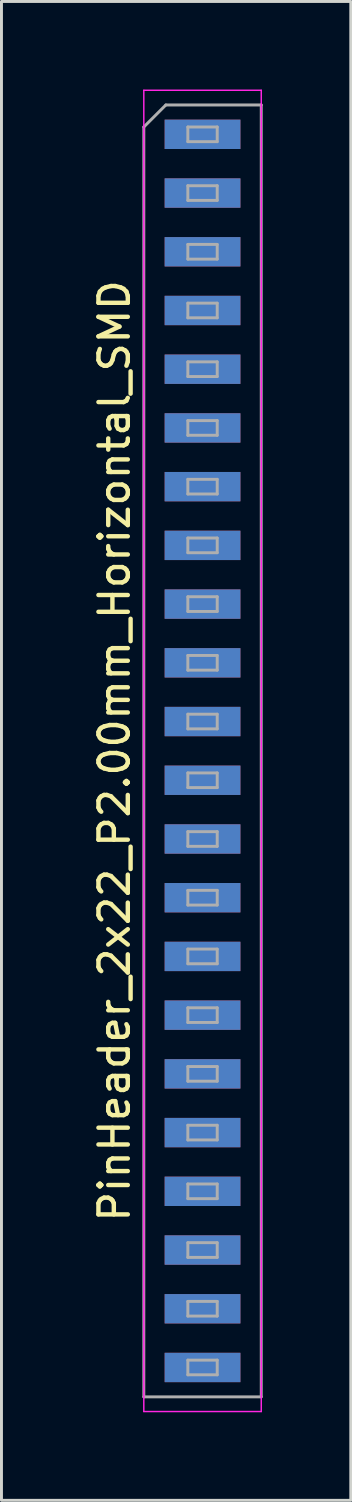
<source format=kicad_pcb>
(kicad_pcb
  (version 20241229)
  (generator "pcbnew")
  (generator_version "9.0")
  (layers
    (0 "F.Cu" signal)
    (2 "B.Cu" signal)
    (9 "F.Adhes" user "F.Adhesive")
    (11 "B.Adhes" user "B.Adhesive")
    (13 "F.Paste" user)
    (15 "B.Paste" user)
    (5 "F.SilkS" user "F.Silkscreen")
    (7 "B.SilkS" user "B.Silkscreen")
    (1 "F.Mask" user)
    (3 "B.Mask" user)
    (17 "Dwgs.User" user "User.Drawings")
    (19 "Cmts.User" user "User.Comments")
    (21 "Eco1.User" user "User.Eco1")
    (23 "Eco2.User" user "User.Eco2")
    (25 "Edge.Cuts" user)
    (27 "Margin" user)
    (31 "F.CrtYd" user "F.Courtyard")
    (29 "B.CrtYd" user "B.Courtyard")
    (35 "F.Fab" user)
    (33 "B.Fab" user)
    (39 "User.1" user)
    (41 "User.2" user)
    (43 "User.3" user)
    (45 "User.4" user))
  (footprint "PinHeader_2x22_P2.00mm_Horizontal_SMD"
    (layer "F.Cu")
    (at 3.848 22.525)
    (property "Reference" "PinHeader_2x22_P2.00mm_Horizontal_SMD" (at -3 0 90) (layer "F.SilkS") (effects (font (size 1 1) (thickness 0.15))))
    (attr smd)
    (fp_line (start -2 -22.5) (end -2 22.5) (stroke (width 0.05) (type solid)) (layer "F.CrtYd"))
    (fp_line (start -2 22.5) (end 2 22.5) (stroke (width 0.05) (type solid)) (layer "F.CrtYd"))
    (fp_line (start 2 -22.5) (end -2 -22.5) (stroke (width 0.05) (type solid)) (layer "F.CrtYd"))
    (fp_line (start 2 22.5) (end 2 -22.5) (stroke (width 0.05) (type solid)) (layer "F.CrtYd"))
    (fp_line (start -2 -21.25) (end -1.25 -22) (stroke (width 0.1) (type solid)) (layer "F.Fab"))
    (fp_line (start -2 22) (end -2 -21.25) (stroke (width 0.1) (type solid)) (layer "F.Fab"))
    (fp_line (start -1.25 -22) (end 2 -22) (stroke (width 0.1) (type solid)) (layer "F.Fab"))
    (fp_line (start -0.5 -21.25) (end -0.5 -20.75) (stroke (width 0.1) (type solid)) (layer "F.Fab"))
    (fp_line (start -0.5 -20.75) (end 0.5 -20.75) (stroke (width 0.1) (type solid)) (layer "F.Fab"))
    (fp_line (start -0.5 -19.25) (end -0.5 -18.75) (stroke (width 0.1) (type solid)) (layer "F.Fab"))
    (fp_line (start -0.5 -18.75) (end 0.5 -18.75) (stroke (width 0.1) (type solid)) (layer "F.Fab"))
    (fp_line (start -0.5 -17.25) (end -0.5 -16.75) (stroke (width 0.1) (type solid)) (layer "F.Fab"))
    (fp_line (start -0.5 -16.75) (end 0.5 -16.75) (stroke (width 0.1) (type solid)) (layer "F.Fab"))
    (fp_line (start -0.5 -15.25) (end -0.5 -14.75) (stroke (width 0.1) (type solid)) (layer "F.Fab"))
    (fp_line (start -0.5 -14.75) (end 0.5 -14.75) (stroke (width 0.1) (type solid)) (layer "F.Fab"))
    (fp_line (start -0.5 -13.25) (end -0.5 -12.75) (stroke (width 0.1) (type solid)) (layer "F.Fab"))
    (fp_line (start -0.5 -12.75) (end 0.5 -12.75) (stroke (width 0.1) (type solid)) (layer "F.Fab"))
    (fp_line (start -0.5 -11.25) (end -0.5 -10.75) (stroke (width 0.1) (type solid)) (layer "F.Fab"))
    (fp_line (start -0.5 -10.75) (end 0.5 -10.75) (stroke (width 0.1) (type solid)) (layer "F.Fab"))
    (fp_line (start -0.5 -9.25) (end -0.5 -8.75) (stroke (width 0.1) (type solid)) (layer "F.Fab"))
    (fp_line (start -0.5 -8.75) (end 0.5 -8.75) (stroke (width 0.1) (type solid)) (layer "F.Fab"))
    (fp_line (start -0.5 -7.25) (end -0.5 -6.75) (stroke (width 0.1) (type solid)) (layer "F.Fab"))
    (fp_line (start -0.5 -6.75) (end 0.5 -6.75) (stroke (width 0.1) (type solid)) (layer "F.Fab"))
    (fp_line (start -0.5 -5.25) (end -0.5 -4.75) (stroke (width 0.1) (type solid)) (layer "F.Fab"))
    (fp_line (start -0.5 -4.75) (end 0.5 -4.75) (stroke (width 0.1) (type solid)) (layer "F.Fab"))
    (fp_line (start -0.5 -3.25) (end -0.5 -2.75) (stroke (width 0.1) (type solid)) (layer "F.Fab"))
    (fp_line (start -0.5 -2.75) (end 0.5 -2.75) (stroke (width 0.1) (type solid)) (layer "F.Fab"))
    (fp_line (start -0.5 -1.25) (end -0.5 -0.75) (stroke (width 0.1) (type solid)) (layer "F.Fab"))
    (fp_line (start -0.5 -0.75) (end 0.5 -0.75) (stroke (width 0.1) (type solid)) (layer "F.Fab"))
    (fp_line (start -0.5 0.75) (end -0.5 1.25) (stroke (width 0.1) (type solid)) (layer "F.Fab"))
    (fp_line (start -0.5 1.25) (end 0.5 1.25) (stroke (width 0.1) (type solid)) (layer "F.Fab"))
    (fp_line (start -0.5 2.75) (end -0.5 3.25) (stroke (width 0.1) (type solid)) (layer "F.Fab"))
    (fp_line (start -0.5 3.25) (end 0.5 3.25) (stroke (width 0.1) (type solid)) (layer "F.Fab"))
    (fp_line (start -0.5 4.75) (end -0.5 5.25) (stroke (width 0.1) (type solid)) (layer "F.Fab"))
    (fp_line (start -0.5 5.25) (end 0.5 5.25) (stroke (width 0.1) (type solid)) (layer "F.Fab"))
    (fp_line (start -0.5 6.75) (end -0.5 7.25) (stroke (width 0.1) (type solid)) (layer "F.Fab"))
    (fp_line (start -0.5 7.25) (end 0.5 7.25) (stroke (width 0.1) (type solid)) (layer "F.Fab"))
    (fp_line (start -0.5 8.75) (end -0.5 9.25) (stroke (width 0.1) (type solid)) (layer "F.Fab"))
    (fp_line (start -0.5 9.25) (end 0.5 9.25) (stroke (width 0.1) (type solid)) (layer "F.Fab"))
    (fp_line (start -0.5 10.75) (end -0.5 11.25) (stroke (width 0.1) (type solid)) (layer "F.Fab"))
    (fp_line (start -0.5 11.25) (end 0.5 11.25) (stroke (width 0.1) (type solid)) (layer "F.Fab"))
    (fp_line (start -0.5 12.75) (end -0.5 13.25) (stroke (width 0.1) (type solid)) (layer "F.Fab"))
    (fp_line (start -0.5 13.25) (end 0.5 13.25) (stroke (width 0.1) (type solid)) (layer "F.Fab"))
    (fp_line (start -0.5 14.75) (end -0.5 15.25) (stroke (width 0.1) (type solid)) (layer "F.Fab"))
    (fp_line (start -0.5 15.25) (end 0.5 15.25) (stroke (width 0.1) (type solid)) (layer "F.Fab"))
    (fp_line (start -0.5 16.75) (end -0.5 17.25) (stroke (width 0.1) (type solid)) (layer "F.Fab"))
    (fp_line (start -0.5 17.25) (end 0.5 17.25) (stroke (width 0.1) (type solid)) (layer "F.Fab"))
    (fp_line (start -0.5 18.75) (end -0.5 19.25) (stroke (width 0.1) (type solid)) (layer "F.Fab"))
    (fp_line (start -0.5 19.25) (end 0.5 19.25) (stroke (width 0.1) (type solid)) (layer "F.Fab"))
    (fp_line (start -0.5 20.75) (end -0.5 21.25) (stroke (width 0.1) (type solid)) (layer "F.Fab"))
    (fp_line (start -0.5 21.25) (end 0.5 21.25) (stroke (width 0.1) (type solid)) (layer "F.Fab"))
    (fp_line (start 0.5 -21.25) (end -0.5 -21.25) (stroke (width 0.1) (type solid)) (layer "F.Fab"))
    (fp_line (start 0.5 -21.25) (end 0.5 -20.75) (stroke (width 0.1) (type solid)) (layer "F.Fab"))
    (fp_line (start 0.5 -19.25) (end -0.5 -19.25) (stroke (width 0.1) (type solid)) (layer "F.Fab"))
    (fp_line (start 0.5 -19.25) (end 0.5 -18.75) (stroke (width 0.1) (type solid)) (layer "F.Fab"))
    (fp_line (start 0.5 -17.25) (end -0.5 -17.25) (stroke (width 0.1) (type solid)) (layer "F.Fab"))
    (fp_line (start 0.5 -17.25) (end 0.5 -16.75) (stroke (width 0.1) (type solid)) (layer "F.Fab"))
    (fp_line (start 0.5 -15.25) (end -0.5 -15.25) (stroke (width 0.1) (type solid)) (layer "F.Fab"))
    (fp_line (start 0.5 -15.25) (end 0.5 -14.75) (stroke (width 0.1) (type solid)) (layer "F.Fab"))
    (fp_line (start 0.5 -13.25) (end -0.5 -13.25) (stroke (width 0.1) (type solid)) (layer "F.Fab"))
    (fp_line (start 0.5 -13.25) (end 0.5 -12.75) (stroke (width 0.1) (type solid)) (layer "F.Fab"))
    (fp_line (start 0.5 -11.25) (end -0.5 -11.25) (stroke (width 0.1) (type solid)) (layer "F.Fab"))
    (fp_line (start 0.5 -11.25) (end 0.5 -10.75) (stroke (width 0.1) (type solid)) (layer "F.Fab"))
    (fp_line (start 0.5 -9.25) (end -0.5 -9.25) (stroke (width 0.1) (type solid)) (layer "F.Fab"))
    (fp_line (start 0.5 -9.25) (end 0.5 -8.75) (stroke (width 0.1) (type solid)) (layer "F.Fab"))
    (fp_line (start 0.5 -7.25) (end -0.5 -7.25) (stroke (width 0.1) (type solid)) (layer "F.Fab"))
    (fp_line (start 0.5 -7.25) (end 0.5 -6.75) (stroke (width 0.1) (type solid)) (layer "F.Fab"))
    (fp_line (start 0.5 -5.25) (end -0.5 -5.25) (stroke (width 0.1) (type solid)) (layer "F.Fab"))
    (fp_line (start 0.5 -5.25) (end 0.5 -4.75) (stroke (width 0.1) (type solid)) (layer "F.Fab"))
    (fp_line (start 0.5 -3.25) (end -0.5 -3.25) (stroke (width 0.1) (type solid)) (layer "F.Fab"))
    (fp_line (start 0.5 -3.25) (end 0.5 -2.75) (stroke (width 0.1) (type solid)) (layer "F.Fab"))
    (fp_line (start 0.5 -1.25) (end -0.5 -1.25) (stroke (width 0.1) (type solid)) (layer "F.Fab"))
    (fp_line (start 0.5 -1.25) (end 0.5 -0.75) (stroke (width 0.1) (type solid)) (layer "F.Fab"))
    (fp_line (start 0.5 0.75) (end -0.5 0.75) (stroke (width 0.1) (type solid)) (layer "F.Fab"))
    (fp_line (start 0.5 0.75) (end 0.5 1.25) (stroke (width 0.1) (type solid)) (layer "F.Fab"))
    (fp_line (start 0.5 2.75) (end -0.5 2.75) (stroke (width 0.1) (type solid)) (layer "F.Fab"))
    (fp_line (start 0.5 2.75) (end 0.5 3.25) (stroke (width 0.1) (type solid)) (layer "F.Fab"))
    (fp_line (start 0.5 4.75) (end -0.5 4.75) (stroke (width 0.1) (type solid)) (layer "F.Fab"))
    (fp_line (start 0.5 4.75) (end 0.5 5.25) (stroke (width 0.1) (type solid)) (layer "F.Fab"))
    (fp_line (start 0.5 6.75) (end -0.5 6.75) (stroke (width 0.1) (type solid)) (layer "F.Fab"))
    (fp_line (start 0.5 6.75) (end 0.5 7.25) (stroke (width 0.1) (type solid)) (layer "F.Fab"))
    (fp_line (start 0.5 8.75) (end -0.5 8.75) (stroke (width 0.1) (type solid)) (layer "F.Fab"))
    (fp_line (start 0.5 8.75) (end 0.5 9.25) (stroke (width 0.1) (type solid)) (layer "F.Fab"))
    (fp_line (start 0.5 10.75) (end -0.5 10.75) (stroke (width 0.1) (type solid)) (layer "F.Fab"))
    (fp_line (start 0.5 10.75) (end 0.5 11.25) (stroke (width 0.1) (type solid)) (layer "F.Fab"))
    (fp_line (start 0.5 12.75) (end -0.5 12.75) (stroke (width 0.1) (type solid)) (layer "F.Fab"))
    (fp_line (start 0.5 12.75) (end 0.5 13.25) (stroke (width 0.1) (type solid)) (layer "F.Fab"))
    (fp_line (start 0.5 14.75) (end -0.5 14.75) (stroke (width 0.1) (type solid)) (layer "F.Fab"))
    (fp_line (start 0.5 14.75) (end 0.5 15.25) (stroke (width 0.1) (type solid)) (layer "F.Fab"))
    (fp_line (start 0.5 16.75) (end -0.5 16.75) (stroke (width 0.1) (type solid)) (layer "F.Fab"))
    (fp_line (start 0.5 16.75) (end 0.5 17.25) (stroke (width 0.1) (type solid)) (layer "F.Fab"))
    (fp_line (start 0.5 18.75) (end -0.5 18.75) (stroke (width 0.1) (type solid)) (layer "F.Fab"))
    (fp_line (start 0.5 18.75) (end 0.5 19.25) (stroke (width 0.1) (type solid)) (layer "F.Fab"))
    (fp_line (start 0.5 20.75) (end -0.5 20.75) (stroke (width 0.1) (type solid)) (layer "F.Fab"))
    (fp_line (start 0.5 20.75) (end 0.5 21.25) (stroke (width 0.1) (type solid)) (layer "F.Fab"))
    (fp_line (start 2 -22) (end 2 22) (stroke (width 0.1) (type solid)) (layer "F.Fab"))
    (fp_line (start 2 22) (end -2 22) (stroke (width 0.1) (type solid)) (layer "F.Fab"))
    (pad "1" smd rect (at 0 -21) (size 2.58 1) (layers "F.Cu" "F.Mask" "F.Paste"))
    (pad "2" smd rect (at 0 -21) (size 2.58 1) (layers "B.Cu" "B.Mask" "B.Paste"))
    (pad "3" smd rect (at 0 -19) (size 2.58 1) (layers "F.Cu" "F.Mask" "F.Paste"))
    (pad "4" smd rect (at 0 -19) (size 2.58 1) (layers "B.Cu" "B.Mask" "B.Paste"))
    (pad "5" smd rect (at 0 -17) (size 2.58 1) (layers "F.Cu" "F.Mask" "F.Paste"))
    (pad "6" smd rect (at 0 -17) (size 2.58 1) (layers "B.Cu" "B.Mask" "B.Paste"))
    (pad "7" smd rect (at 0 -15) (size 2.58 1) (layers "F.Cu" "F.Mask" "F.Paste"))
    (pad "8" smd rect (at 0 -15) (size 2.58 1) (layers "B.Cu" "B.Mask" "B.Paste"))
    (pad "9" smd rect (at 0 -13) (size 2.58 1) (layers "F.Cu" "F.Mask" "F.Paste"))
    (pad "10" smd rect (at 0 -13) (size 2.58 1) (layers "B.Cu" "B.Mask" "B.Paste"))
    (pad "11" smd rect (at 0 -11) (size 2.58 1) (layers "F.Cu" "F.Mask" "F.Paste"))
    (pad "12" smd rect (at 0 -11) (size 2.58 1) (layers "B.Cu" "B.Mask" "B.Paste"))
    (pad "13" smd rect (at 0 -9) (size 2.58 1) (layers "F.Cu" "F.Mask" "F.Paste"))
    (pad "14" smd rect (at 0 -9) (size 2.58 1) (layers "B.Cu" "B.Mask" "B.Paste"))
    (pad "15" smd rect (at 0 -7) (size 2.58 1) (layers "F.Cu" "F.Mask" "F.Paste"))
    (pad "16" smd rect (at 0 -7) (size 2.58 1) (layers "B.Cu" "B.Mask" "B.Paste"))
    (pad "17" smd rect (at 0 -5) (size 2.58 1) (layers "F.Cu" "F.Mask" "F.Paste"))
    (pad "18" smd rect (at 0 -5) (size 2.58 1) (layers "B.Cu" "B.Mask" "B.Paste"))
    (pad "19" smd rect (at 0 -3) (size 2.58 1) (layers "F.Cu" "F.Mask" "F.Paste"))
    (pad "20" smd rect (at 0 -3) (size 2.58 1) (layers "B.Cu" "B.Mask" "B.Paste"))
    (pad "21" smd rect (at 0 -1) (size 2.58 1) (layers "F.Cu" "F.Mask" "F.Paste"))
    (pad "22" smd rect (at 0 -1) (size 2.58 1) (layers "B.Cu" "B.Mask" "B.Paste"))
    (pad "23" smd rect (at 0 1) (size 2.58 1) (layers "F.Cu" "F.Mask" "F.Paste"))
    (pad "24" smd rect (at 0 1) (size 2.58 1) (layers "B.Cu" "B.Mask" "B.Paste"))
    (pad "25" smd rect (at 0 3) (size 2.58 1) (layers "F.Cu" "F.Mask" "F.Paste"))
    (pad "26" smd rect (at 0 3) (size 2.58 1) (layers "B.Cu" "B.Mask" "B.Paste"))
    (pad "27" smd rect (at 0 5) (size 2.58 1) (layers "F.Cu" "F.Mask" "F.Paste"))
    (pad "28" smd rect (at 0 5) (size 2.58 1) (layers "B.Cu" "B.Mask" "B.Paste"))
    (pad "29" smd rect (at 0 7) (size 2.58 1) (layers "F.Cu" "F.Mask" "F.Paste"))
    (pad "30" smd rect (at 0 7) (size 2.58 1) (layers "B.Cu" "B.Mask" "B.Paste"))
    (pad "31" smd rect (at 0 9) (size 2.58 1) (layers "F.Cu" "F.Mask" "F.Paste"))
    (pad "32" smd rect (at 0 9) (size 2.58 1) (layers "B.Cu" "B.Mask" "B.Paste"))
    (pad "33" smd rect (at 0 11) (size 2.58 1) (layers "F.Cu" "F.Mask" "F.Paste"))
    (pad "34" smd rect (at 0 11) (size 2.58 1) (layers "B.Cu" "B.Mask" "B.Paste"))
    (pad "35" smd rect (at 0 13) (size 2.58 1) (layers "F.Cu" "F.Mask" "F.Paste"))
    (pad "36" smd rect (at 0 13) (size 2.58 1) (layers "B.Cu" "B.Mask" "B.Paste"))
    (pad "37" smd rect (at 0 15) (size 2.58 1) (layers "F.Cu" "F.Mask" "F.Paste"))
    (pad "38" smd rect (at 0 15) (size 2.58 1) (layers "B.Cu" "B.Mask" "B.Paste"))
    (pad "39" smd rect (at 0 17) (size 2.58 1) (layers "F.Cu" "F.Mask" "F.Paste"))
    (pad "40" smd rect (at 0 17) (size 2.58 1) (layers "B.Cu" "B.Mask" "B.Paste"))
    (pad "41" smd rect (at 0 19) (size 2.58 1) (layers "F.Cu" "F.Mask" "F.Paste"))
    (pad "42" smd rect (at 0 19) (size 2.58 1) (layers "B.Cu" "B.Mask" "B.Paste"))
    (pad "43" smd rect (at 0 21) (size 2.58 1) (layers "F.Cu" "F.Mask" "F.Paste"))
    (pad "44" smd rect (at 0 21) (size 2.58 1) (layers "B.Cu" "B.Mask" "B.Paste")))
  (gr_rect
    (start -3 -3)
    (end 8.898 48.05)
    (stroke (width 0.1) (type default))
    (fill no)
    (layer "Edge.Cuts")))
</source>
